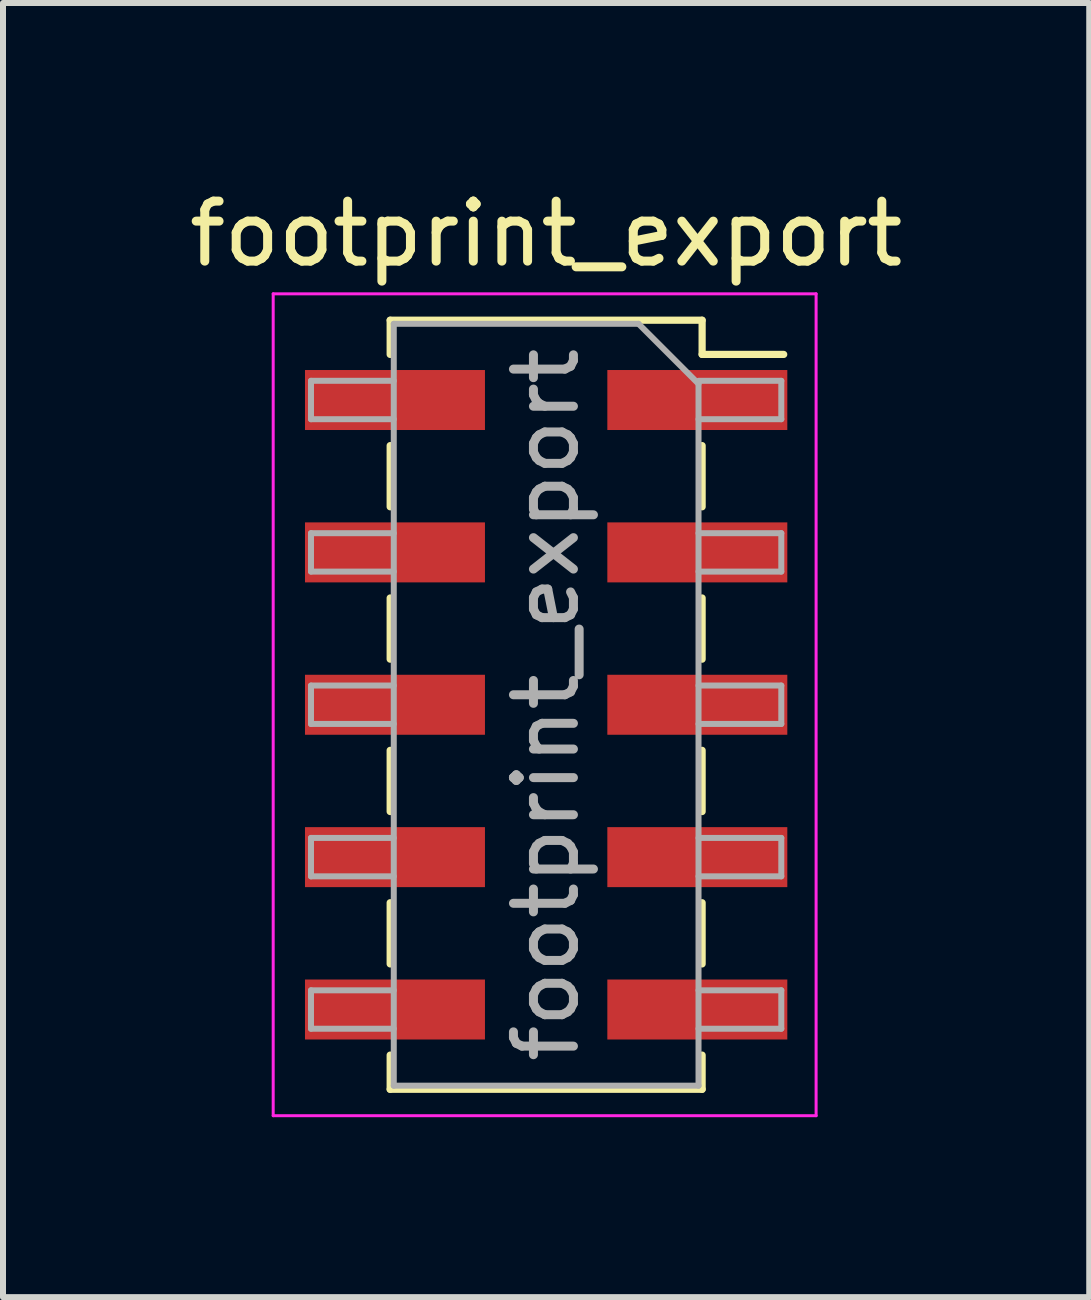
<source format=kicad_pcb>
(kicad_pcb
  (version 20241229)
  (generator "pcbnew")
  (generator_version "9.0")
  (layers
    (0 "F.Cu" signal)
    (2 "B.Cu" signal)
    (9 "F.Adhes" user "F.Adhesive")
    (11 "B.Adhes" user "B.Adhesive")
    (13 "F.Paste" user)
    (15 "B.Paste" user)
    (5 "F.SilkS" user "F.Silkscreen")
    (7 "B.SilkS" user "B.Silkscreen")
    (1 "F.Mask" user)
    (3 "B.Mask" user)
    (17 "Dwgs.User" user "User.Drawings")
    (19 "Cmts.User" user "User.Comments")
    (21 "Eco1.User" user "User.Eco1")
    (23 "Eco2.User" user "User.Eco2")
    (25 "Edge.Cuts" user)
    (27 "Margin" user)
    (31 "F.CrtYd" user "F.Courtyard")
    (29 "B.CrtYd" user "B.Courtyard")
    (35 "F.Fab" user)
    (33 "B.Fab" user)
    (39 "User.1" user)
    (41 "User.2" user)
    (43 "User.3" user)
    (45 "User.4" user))
  (footprint "footprint_export"
    (layer "F.Cu")
    (at 6.054 8.698)
    (property "Reference" "footprint_export" (at 0 -7.85 0) (layer "F.SilkS") (effects (font (size 1 1) (thickness 0.15))))
    (attr smd)
    (fp_line (start -2.6 -6.41) (end -2.6 -5.84) (stroke (width 0.12) (type solid)) (layer "F.SilkS"))
    (fp_line (start -2.6 -6.41) (end 2.6 -6.41) (stroke (width 0.12) (type solid)) (layer "F.SilkS"))
    (fp_line (start -2.6 -4.32) (end -2.6 -3.3) (stroke (width 0.12) (type solid)) (layer "F.SilkS"))
    (fp_line (start -2.6 -1.78) (end -2.6 -0.76) (stroke (width 0.12) (type solid)) (layer "F.SilkS"))
    (fp_line (start -2.6 0.76) (end -2.6 1.78) (stroke (width 0.12) (type solid)) (layer "F.SilkS"))
    (fp_line (start -2.6 3.3) (end -2.6 4.32) (stroke (width 0.12) (type solid)) (layer "F.SilkS"))
    (fp_line (start -2.6 5.84) (end -2.6 6.41) (stroke (width 0.12) (type solid)) (layer "F.SilkS"))
    (fp_line (start -2.6 6.41) (end 2.6 6.41) (stroke (width 0.12) (type solid)) (layer "F.SilkS"))
    (fp_line (start 2.6 -6.41) (end 2.6 -5.84) (stroke (width 0.12) (type solid)) (layer "F.SilkS"))
    (fp_line (start 2.6 -5.84) (end 3.96 -5.84) (stroke (width 0.12) (type solid)) (layer "F.SilkS"))
    (fp_line (start 2.6 -4.32) (end 2.6 -3.3) (stroke (width 0.12) (type solid)) (layer "F.SilkS"))
    (fp_line (start 2.6 -1.78) (end 2.6 -0.76) (stroke (width 0.12) (type solid)) (layer "F.SilkS"))
    (fp_line (start 2.6 0.76) (end 2.6 1.78) (stroke (width 0.12) (type solid)) (layer "F.SilkS"))
    (fp_line (start 2.6 3.3) (end 2.6 4.32) (stroke (width 0.12) (type solid)) (layer "F.SilkS"))
    (fp_line (start 2.6 5.84) (end 2.6 6.41) (stroke (width 0.12) (type solid)) (layer "F.SilkS"))
    (fp_line (start -4.55 -6.85) (end 4.5 -6.85) (stroke (width 0.05) (type solid)) (layer "F.CrtYd"))
    (fp_line (start -4.55 6.85) (end -4.55 -6.85) (stroke (width 0.05) (type solid)) (layer "F.CrtYd"))
    (fp_line (start 4.5 -6.85) (end 4.5 6.85) (stroke (width 0.05) (type solid)) (layer "F.CrtYd"))
    (fp_line (start 4.5 6.85) (end -4.55 6.85) (stroke (width 0.05) (type solid)) (layer "F.CrtYd"))
    (fp_line (start -3.92 -5.4) (end -2.54 -5.4) (stroke (width 0.1) (type solid)) (layer "F.Fab"))
    (fp_line (start -3.92 -4.76) (end -3.92 -5.4) (stroke (width 0.1) (type solid)) (layer "F.Fab"))
    (fp_line (start -3.92 -2.86) (end -2.54 -2.86) (stroke (width 0.1) (type solid)) (layer "F.Fab"))
    (fp_line (start -3.92 -2.22) (end -3.92 -2.86) (stroke (width 0.1) (type solid)) (layer "F.Fab"))
    (fp_line (start -3.92 -0.32) (end -2.54 -0.32) (stroke (width 0.1) (type solid)) (layer "F.Fab"))
    (fp_line (start -3.92 0.32) (end -3.92 -0.32) (stroke (width 0.1) (type solid)) (layer "F.Fab"))
    (fp_line (start -3.92 2.22) (end -2.54 2.22) (stroke (width 0.1) (type solid)) (layer "F.Fab"))
    (fp_line (start -3.92 2.86) (end -3.92 2.22) (stroke (width 0.1) (type solid)) (layer "F.Fab"))
    (fp_line (start -3.92 4.76) (end -2.54 4.76) (stroke (width 0.1) (type solid)) (layer "F.Fab"))
    (fp_line (start -3.92 5.4) (end -3.92 4.76) (stroke (width 0.1) (type solid)) (layer "F.Fab"))
    (fp_line (start -2.54 -6.35) (end 1.54 -6.35) (stroke (width 0.1) (type solid)) (layer "F.Fab"))
    (fp_line (start -2.54 -4.76) (end -3.92 -4.76) (stroke (width 0.1) (type solid)) (layer "F.Fab"))
    (fp_line (start -2.54 -2.22) (end -3.92 -2.22) (stroke (width 0.1) (type solid)) (layer "F.Fab"))
    (fp_line (start -2.54 0.32) (end -3.92 0.32) (stroke (width 0.1) (type solid)) (layer "F.Fab"))
    (fp_line (start -2.54 2.86) (end -3.92 2.86) (stroke (width 0.1) (type solid)) (layer "F.Fab"))
    (fp_line (start -2.54 5.4) (end -3.92 5.4) (stroke (width 0.1) (type solid)) (layer "F.Fab"))
    (fp_line (start -2.54 6.35) (end -2.54 -6.35) (stroke (width 0.1) (type solid)) (layer "F.Fab"))
    (fp_line (start 1.54 -6.35) (end 2.54 -5.35) (stroke (width 0.1) (type solid)) (layer "F.Fab"))
    (fp_line (start 2.54 -5.4) (end 3.92 -5.4) (stroke (width 0.1) (type solid)) (layer "F.Fab"))
    (fp_line (start 2.54 -5.35) (end 2.54 6.35) (stroke (width 0.1) (type solid)) (layer "F.Fab"))
    (fp_line (start 2.54 -2.86) (end 3.92 -2.86) (stroke (width 0.1) (type solid)) (layer "F.Fab"))
    (fp_line (start 2.54 -0.32) (end 3.92 -0.32) (stroke (width 0.1) (type solid)) (layer "F.Fab"))
    (fp_line (start 2.54 2.22) (end 3.92 2.22) (stroke (width 0.1) (type solid)) (layer "F.Fab"))
    (fp_line (start 2.54 4.76) (end 3.92 4.76) (stroke (width 0.1) (type solid)) (layer "F.Fab"))
    (fp_line (start 2.54 6.35) (end -2.54 6.35) (stroke (width 0.1) (type solid)) (layer "F.Fab"))
    (fp_line (start 3.92 -5.4) (end 3.92 -4.76) (stroke (width 0.1) (type solid)) (layer "F.Fab"))
    (fp_line (start 3.92 -4.76) (end 2.54 -4.76) (stroke (width 0.1) (type solid)) (layer "F.Fab"))
    (fp_line (start 3.92 -2.86) (end 3.92 -2.22) (stroke (width 0.1) (type solid)) (layer "F.Fab"))
    (fp_line (start 3.92 -2.22) (end 2.54 -2.22) (stroke (width 0.1) (type solid)) (layer "F.Fab"))
    (fp_line (start 3.92 -0.32) (end 3.92 0.32) (stroke (width 0.1) (type solid)) (layer "F.Fab"))
    (fp_line (start 3.92 0.32) (end 2.54 0.32) (stroke (width 0.1) (type solid)) (layer "F.Fab"))
    (fp_line (start 3.92 2.22) (end 3.92 2.86) (stroke (width 0.1) (type solid)) (layer "F.Fab"))
    (fp_line (start 3.92 2.86) (end 2.54 2.86) (stroke (width 0.1) (type solid)) (layer "F.Fab"))
    (fp_line (start 3.92 4.76) (end 3.92 5.4) (stroke (width 0.1) (type solid)) (layer "F.Fab"))
    (fp_line (start 3.92 5.4) (end 2.54 5.4) (stroke (width 0.1) (type solid)) (layer "F.Fab"))
    (fp_text user "${REFERENCE}" (at 0 0 90) (layer "F.Fab") (effects (font (size 1 1) (thickness 0.15))))
    (pad "1" smd rect (at 2.52 -5.08) (size 3 1) (layers "F.Cu" "F.Mask" "F.Paste"))
    (pad "2" smd rect (at -2.52 -5.08) (size 3 1) (layers "F.Cu" "F.Mask" "F.Paste"))
    (pad "3" smd rect (at 2.52 -2.54) (size 3 1) (layers "F.Cu" "F.Mask" "F.Paste"))
    (pad "4" smd rect (at -2.52 -2.54) (size 3 1) (layers "F.Cu" "F.Mask" "F.Paste"))
    (pad "5" smd rect (at 2.52 0) (size 3 1) (layers "F.Cu" "F.Mask" "F.Paste"))
    (pad "6" smd rect (at -2.52 0) (size 3 1) (layers "F.Cu" "F.Mask" "F.Paste"))
    (pad "7" smd rect (at 2.52 2.54) (size 3 1) (layers "F.Cu" "F.Mask" "F.Paste"))
    (pad "8" smd rect (at -2.52 2.54) (size 3 1) (layers "F.Cu" "F.Mask" "F.Paste"))
    (pad "9" smd rect (at 2.52 5.08) (size 3 1) (layers "F.Cu" "F.Mask" "F.Paste"))
    (pad "10" smd rect (at -2.52 5.08) (size 3 1) (layers "F.Cu" "F.Mask" "F.Paste")))
  (gr_rect
    (start -3 -3)
    (end 15.107 18.573)
    (stroke (width 0.1) (type default))
    (fill no)
    (layer "Edge.Cuts")))
</source>
